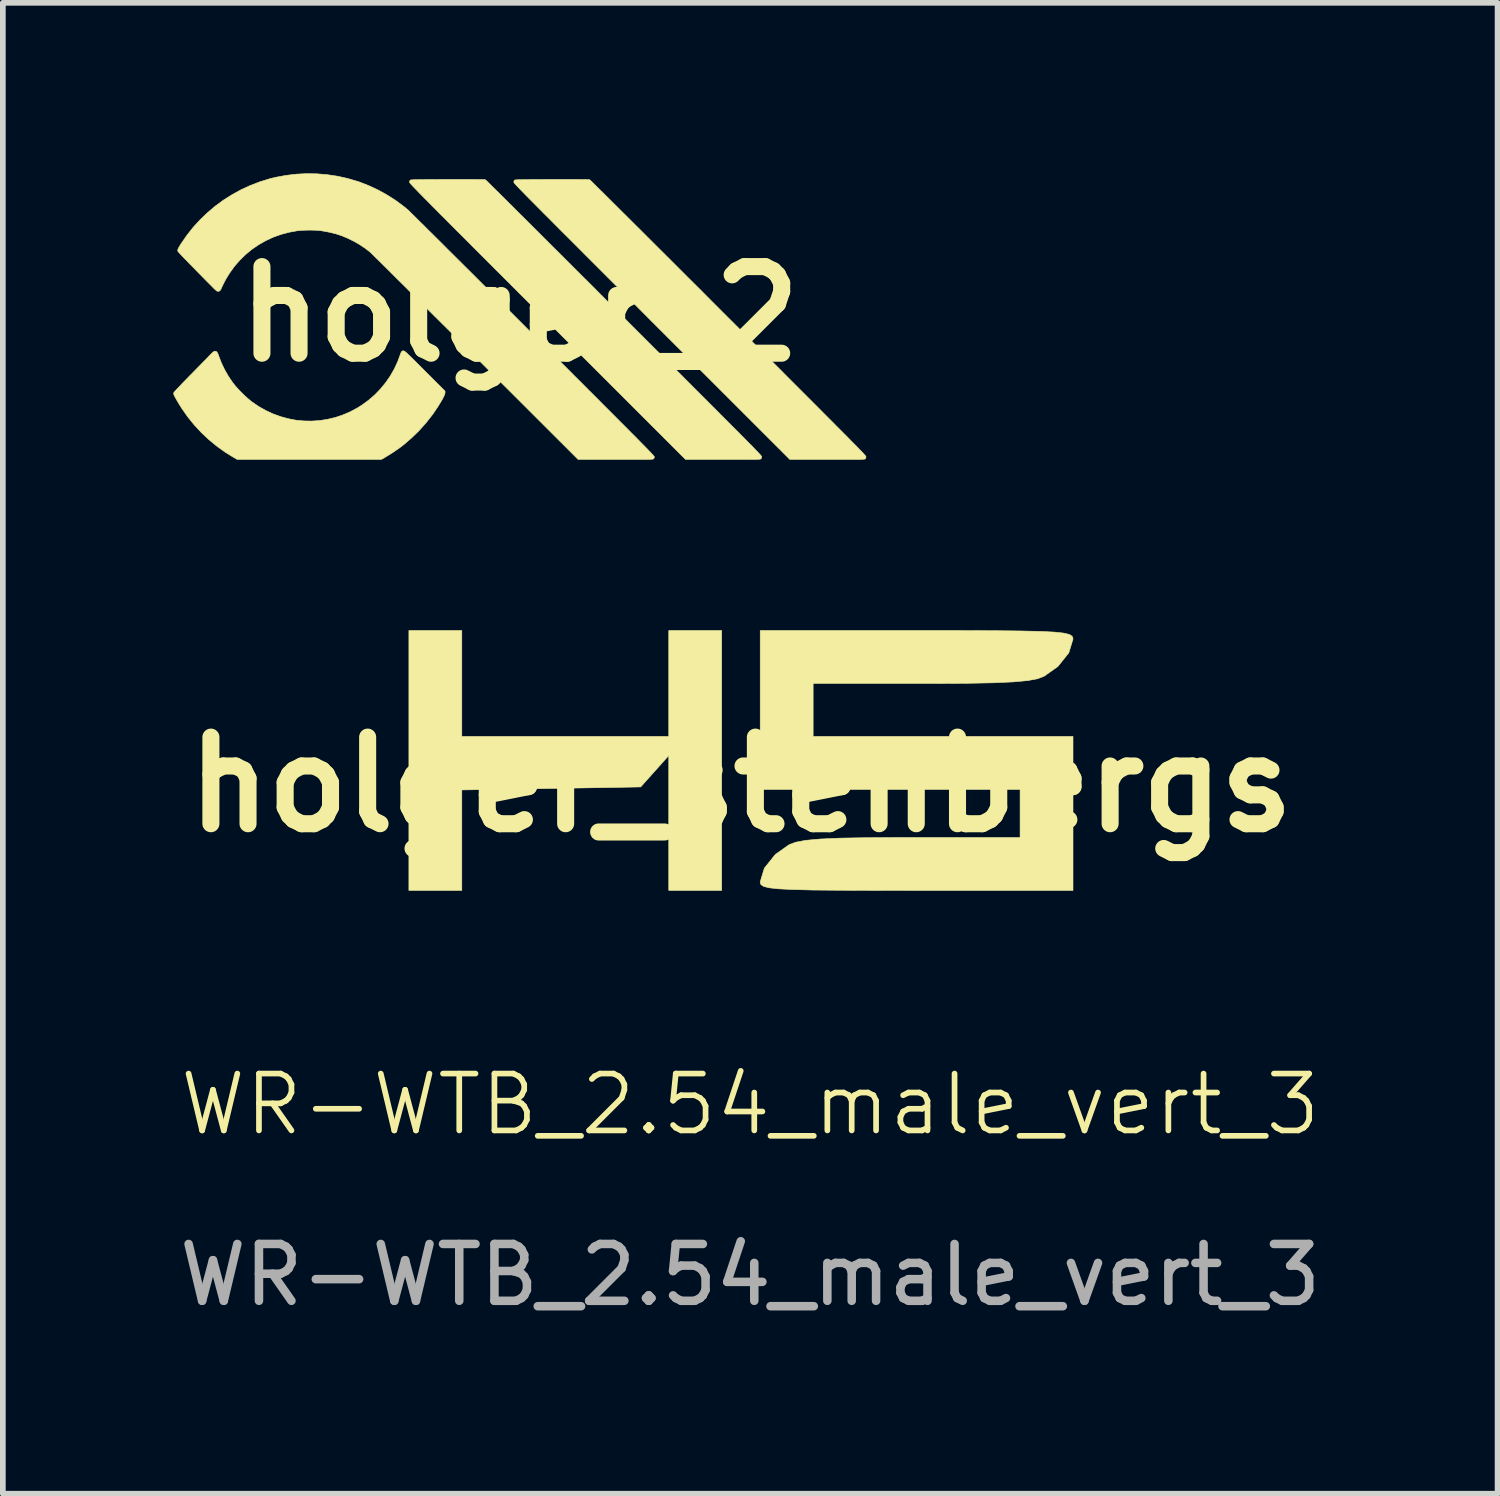
<source format=kicad_pcb>
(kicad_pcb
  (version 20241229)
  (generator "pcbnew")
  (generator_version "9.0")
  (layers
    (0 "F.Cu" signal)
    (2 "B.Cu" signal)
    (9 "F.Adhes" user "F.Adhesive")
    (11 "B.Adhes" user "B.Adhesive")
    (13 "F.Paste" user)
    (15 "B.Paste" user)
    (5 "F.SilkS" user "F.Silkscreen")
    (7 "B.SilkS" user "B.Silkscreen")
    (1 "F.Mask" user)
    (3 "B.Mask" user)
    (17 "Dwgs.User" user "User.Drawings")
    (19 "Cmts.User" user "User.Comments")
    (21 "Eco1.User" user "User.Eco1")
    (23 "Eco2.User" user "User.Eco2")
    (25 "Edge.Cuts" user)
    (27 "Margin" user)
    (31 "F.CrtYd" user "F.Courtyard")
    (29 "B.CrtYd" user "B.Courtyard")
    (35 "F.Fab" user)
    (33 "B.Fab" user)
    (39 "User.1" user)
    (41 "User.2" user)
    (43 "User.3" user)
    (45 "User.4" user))
  (footprint "holger_stenbergs"
    (layer "F.Cu")
    (at 9.986 10.753)
    (property "Reference" "holger_stenbergs" (at 0 0 0) (layer "F.SilkS") (effects (font (size 1.524 1.524) (thickness 0.3))))
    (attr through_hole)
    (fp_poly (pts (xy -4.911 -0.847) (xy -1.27 -0.847) (xy -1.27 -2.709) (xy -0.339 -2.709) (xy -0.339 1.863) (xy -1.27 1.863) (xy -1.27 -0.511) (xy -1.517 -0.234) (xy -1.764 0.042) (xy -3.337 0.069) (xy -4.911 0.095) (xy -4.911 1.863) (xy -5.842 1.863) (xy -5.842 -2.709) (xy -4.911 -2.709) (xy -4.911 -0.847)) (stroke (width 0.01) (type solid)) (fill yes) (layer "F.SilkS"))
    (fp_poly (pts (xy 3.846 -2.709) (xy 4.45 -2.707) (xy 4.919 -2.702) (xy 5.269 -2.694) (xy 5.518 -2.682) (xy 5.682 -2.664) (xy 5.78 -2.64) (xy 5.827 -2.609) (xy 5.842 -2.57) (xy 5.842 -2.559) (xy 5.768 -2.317) (xy 5.576 -2.077) (xy 5.333 -1.905) (xy 5.217 -1.861) (xy 5.044 -1.829) (xy 4.792 -1.806) (xy 4.44 -1.79) (xy 3.967 -1.781) (xy 3.35 -1.778) (xy 3.179 -1.778) (xy 1.27 -1.778) (xy 1.27 -0.847) (xy 5.842 -0.847) (xy 5.842 1.863) (xy 3.09 1.863) (xy 2.334 1.862) (xy 1.731 1.86) (xy 1.262 1.856) (xy 0.912 1.847) (xy 0.663 1.835) (xy 0.498 1.817) (xy 0.401 1.793) (xy 0.353 1.762) (xy 0.339 1.723) (xy 0.339 1.712) (xy 0.412 1.471) (xy 0.605 1.23) (xy 0.848 1.058) (xy 0.963 1.015) (xy 1.137 0.982) (xy 1.388 0.959) (xy 1.74 0.943) (xy 2.214 0.935) (xy 2.83 0.931) (xy 3.001 0.931) (xy 4.911 0.931) (xy 4.911 0.085) (xy 0.339 0.085) (xy 0.339 -2.709) (xy 3.09 -2.709) (xy 3.846 -2.709)) (stroke (width 0.01) (type solid)) (fill yes) (layer "F.SilkS")))
  (footprint "WR-WTB_2.54_male_vert_3"
    (layer "F.Cu")
    (at 10.149 16.881)
    (property "Reference" "WR-WTB_2.54_male_vert_3" (at 0 -0.5 0) (unlocked yes) (layer "F.SilkS") (effects (font (size 1 1) (thickness 0.1))))
    (attr through_hole)
    (fp_text user "${REFERENCE}" (at 0 2.5 0) (unlocked yes) (layer "F.Fab") (effects (font (size 1 1) (thickness 0.15)))))
  (footprint "holger_2"
    (layer "F.Cu")
    (at 6.094 2.475)
    (property "Reference" "holger_2" (at 0 0 0) (layer "F.SilkS") (effects (font (size 1.524 1.524) (thickness 0.3))))
    (attr through_hole)
    (fp_poly (pts (xy -2.041 0.648) (xy -2.036 0.65) (xy -2.03 0.653) (xy -2.022 0.658) (xy -2.011 0.666) (xy -1.997 0.678) (xy -1.98 0.694) (xy -1.959 0.714) (xy -1.932 0.74) (xy -1.9 0.771) (xy -1.862 0.809) (xy -1.817 0.853) (xy -1.765 0.905) (xy -1.705 0.966) (xy -1.669 1.002) (xy -1.314 1.356) (xy -1.314 1.384) (xy -1.317 1.402) (xy -1.325 1.426) (xy -1.34 1.458) (xy -1.36 1.497) (xy -1.388 1.545) (xy -1.423 1.602) (xy -1.427 1.61) (xy -1.53 1.763) (xy -1.643 1.908) (xy -1.766 2.046) (xy -1.898 2.175) (xy -2.038 2.296) (xy -2.082 2.33) (xy -2.122 2.36) (xy -2.17 2.393) (xy -2.221 2.428) (xy -2.272 2.461) (xy -2.322 2.492) (xy -2.365 2.518) (xy -2.379 2.527) (xy -2.437 2.559) (xy -4.969 2.559) (xy -5.026 2.527) (xy -5.181 2.431) (xy -5.329 2.325) (xy -5.47 2.209) (xy -5.603 2.084) (xy -5.727 1.95) (xy -5.842 1.808) (xy -5.946 1.659) (xy -5.974 1.615) (xy -6.001 1.571) (xy -6.026 1.529) (xy -6.048 1.49) (xy -6.066 1.458) (xy -6.079 1.432) (xy -6.084 1.42) (xy -6.089 1.403) (xy -6.087 1.389) (xy -6.083 1.378) (xy -6.077 1.371) (xy -6.063 1.355) (xy -6.041 1.331) (xy -6.013 1.301) (xy -5.979 1.266) (xy -5.941 1.225) (xy -5.898 1.181) (xy -5.851 1.133) (xy -5.803 1.083) (xy -5.797 1.078) (xy -5.746 1.026) (xy -5.696 0.975) (xy -5.647 0.925) (xy -5.601 0.878) (xy -5.559 0.835) (xy -5.522 0.798) (xy -5.491 0.766) (xy -5.467 0.741) (xy -5.452 0.725) (xy -5.425 0.698) (xy -5.405 0.678) (xy -5.39 0.666) (xy -5.379 0.658) (xy -5.369 0.655) (xy -5.362 0.654) (xy -5.345 0.656) (xy -5.331 0.665) (xy -5.319 0.681) (xy -5.307 0.706) (xy -5.296 0.737) (xy -5.249 0.859) (xy -5.192 0.979) (xy -5.126 1.094) (xy -5.052 1.203) (xy -4.999 1.27) (xy -4.964 1.309) (xy -4.923 1.353) (xy -4.878 1.398) (xy -4.832 1.443) (xy -4.786 1.484) (xy -4.744 1.52) (xy -4.715 1.543) (xy -4.594 1.626) (xy -4.468 1.697) (xy -4.339 1.757) (xy -4.206 1.805) (xy -4.071 1.842) (xy -3.934 1.868) (xy -3.796 1.881) (xy -3.657 1.883) (xy -3.519 1.874) (xy -3.381 1.852) (xy -3.245 1.82) (xy -3.111 1.775) (xy -2.981 1.719) (xy -2.854 1.651) (xy -2.774 1.6) (xy -2.657 1.515) (xy -2.548 1.42) (xy -2.448 1.316) (xy -2.357 1.205) (xy -2.275 1.086) (xy -2.204 0.961) (xy -2.144 0.83) (xy -2.102 0.714) (xy -2.091 0.684) (xy -2.081 0.665) (xy -2.07 0.653) (xy -2.056 0.648) (xy -2.045 0.648) (xy -2.041 0.648)) (stroke (width 0.01) (type solid)) (fill yes) (layer "F.SilkS"))
    (fp_poly (pts (xy -0.942 -2.367) (xy -0.858 -2.367) (xy -0.787 -2.367) (xy -0.727 -2.366) (xy -0.679 -2.366) (xy -0.643 -2.365) (xy -0.618 -2.364) (xy -0.605 -2.363) (xy -0.603 -2.362) (xy -0.598 -2.357) (xy -0.583 -2.344) (xy -0.561 -2.322) (xy -0.53 -2.291) (xy -0.491 -2.253) (xy -0.445 -2.207) (xy -0.391 -2.154) (xy -0.33 -2.094) (xy -0.262 -2.026) (xy -0.188 -1.952) (xy -0.107 -1.872) (xy -0.02 -1.785) (xy 0.073 -1.693) (xy 0.171 -1.595) (xy 0.275 -1.492) (xy 0.384 -1.383) (xy 0.497 -1.27) (xy 0.615 -1.152) (xy 0.738 -1.03) (xy 0.864 -0.904) (xy 0.994 -0.774) (xy 1.128 -0.64) (xy 1.265 -0.504) (xy 1.404 -0.364) (xy 1.547 -0.221) (xy 1.692 -0.076) (xy 1.835 0.067) (xy 2.011 0.243) (xy 2.179 0.411) (xy 2.338 0.57) (xy 2.489 0.721) (xy 2.632 0.863) (xy 2.767 0.998) (xy 2.894 1.126) (xy 3.014 1.246) (xy 3.126 1.358) (xy 3.232 1.464) (xy 3.331 1.563) (xy 3.423 1.655) (xy 3.509 1.742) (xy 3.589 1.822) (xy 3.663 1.896) (xy 3.731 1.965) (xy 3.794 2.028) (xy 3.852 2.086) (xy 3.905 2.139) (xy 3.953 2.188) (xy 3.996 2.232) (xy 4.035 2.272) (xy 4.071 2.307) (xy 4.102 2.339) (xy 4.129 2.368) (xy 4.153 2.393) (xy 4.174 2.414) (xy 4.192 2.433) (xy 4.208 2.449) (xy 4.22 2.463) (xy 4.231 2.474) (xy 4.239 2.484) (xy 4.245 2.491) (xy 4.25 2.498) (xy 4.253 2.502) (xy 4.255 2.506) (xy 4.257 2.508) (xy 4.257 2.51) (xy 4.257 2.511) (xy 4.253 2.531) (xy 4.245 2.546) (xy 4.243 2.548) (xy 4.241 2.55) (xy 4.237 2.552) (xy 4.231 2.553) (xy 4.222 2.554) (xy 4.21 2.555) (xy 4.194 2.556) (xy 4.172 2.557) (xy 4.145 2.558) (xy 4.112 2.558) (xy 4.071 2.558) (xy 4.023 2.559) (xy 3.965 2.559) (xy 3.899 2.559) (xy 3.822 2.559) (xy 3.735 2.559) (xy 3.636 2.559) (xy 3.576 2.559) (xy 2.918 2.559) (xy 0.489 0.131) (xy 0.313 -0.046) (xy 0.145 -0.214) (xy -0.014 -0.373) (xy -0.165 -0.524) (xy -0.308 -0.667) (xy -0.443 -0.802) (xy -0.571 -0.93) (xy -0.691 -1.05) (xy -0.804 -1.163) (xy -0.909 -1.269) (xy -1.008 -1.368) (xy -1.101 -1.46) (xy -1.187 -1.547) (xy -1.267 -1.627) (xy -1.341 -1.702) (xy -1.41 -1.77) (xy -1.473 -1.834) (xy -1.531 -1.892) (xy -1.584 -1.946) (xy -1.632 -1.994) (xy -1.676 -2.038) (xy -1.715 -2.078) (xy -1.75 -2.114) (xy -1.782 -2.146) (xy -1.809 -2.175) (xy -1.834 -2.2) (xy -1.855 -2.222) (xy -1.873 -2.241) (xy -1.888 -2.257) (xy -1.901 -2.271) (xy -1.912 -2.283) (xy -1.92 -2.292) (xy -1.927 -2.3) (xy -1.932 -2.306) (xy -1.935 -2.311) (xy -1.937 -2.315) (xy -1.939 -2.318) (xy -1.939 -2.32) (xy -1.939 -2.321) (xy -1.936 -2.34) (xy -1.928 -2.354) (xy -1.926 -2.356) (xy -1.922 -2.358) (xy -1.916 -2.359) (xy -1.907 -2.36) (xy -1.894 -2.361) (xy -1.877 -2.362) (xy -1.855 -2.363) (xy -1.827 -2.364) (xy -1.792 -2.364) (xy -1.75 -2.365) (xy -1.7 -2.365) (xy -1.641 -2.366) (xy -1.572 -2.366) (xy -1.493 -2.366) (xy -1.403 -2.367) (xy -1.302 -2.367) (xy -1.268 -2.367) (xy -1.147 -2.367) (xy -1.038 -2.367) (xy -0.942 -2.367)) (stroke (width 0.01) (type solid)) (fill yes) (layer "F.SilkS"))
    (fp_poly (pts (xy 0.893 -2.367) (xy 0.977 -2.367) (xy 1.049 -2.367) (xy 1.108 -2.366) (xy 1.156 -2.366) (xy 1.192 -2.365) (xy 1.217 -2.364) (xy 1.23 -2.363) (xy 1.232 -2.362) (xy 1.238 -2.357) (xy 1.252 -2.344) (xy 1.274 -2.322) (xy 1.305 -2.291) (xy 1.344 -2.253) (xy 1.39 -2.207) (xy 1.444 -2.154) (xy 1.505 -2.094) (xy 1.573 -2.026) (xy 1.647 -1.952) (xy 1.728 -1.872) (xy 1.815 -1.785) (xy 1.908 -1.693) (xy 2.006 -1.595) (xy 2.11 -1.492) (xy 2.219 -1.383) (xy 2.332 -1.27) (xy 2.45 -1.152) (xy 2.573 -1.03) (xy 2.699 -0.904) (xy 2.829 -0.774) (xy 2.963 -0.64) (xy 3.1 -0.504) (xy 3.24 -0.364) (xy 3.382 -0.221) (xy 3.527 -0.076) (xy 3.67 0.067) (xy 3.847 0.243) (xy 4.014 0.411) (xy 4.173 0.57) (xy 4.324 0.721) (xy 4.467 0.863) (xy 4.602 0.998) (xy 4.729 1.126) (xy 4.849 1.246) (xy 4.961 1.358) (xy 5.067 1.464) (xy 5.166 1.563) (xy 5.258 1.655) (xy 5.344 1.742) (xy 5.424 1.822) (xy 5.498 1.896) (xy 5.566 1.965) (xy 5.629 2.028) (xy 5.687 2.086) (xy 5.74 2.139) (xy 5.788 2.188) (xy 5.831 2.232) (xy 5.871 2.272) (xy 5.906 2.307) (xy 5.937 2.339) (xy 5.964 2.368) (xy 5.989 2.393) (xy 6.01 2.414) (xy 6.028 2.433) (xy 6.043 2.449) (xy 6.055 2.463) (xy 6.066 2.474) (xy 6.074 2.484) (xy 6.08 2.491) (xy 6.085 2.498) (xy 6.088 2.502) (xy 6.091 2.506) (xy 6.092 2.508) (xy 6.092 2.51) (xy 6.092 2.511) (xy 6.089 2.531) (xy 6.08 2.546) (xy 6.078 2.548) (xy 6.076 2.55) (xy 6.072 2.552) (xy 6.066 2.553) (xy 6.057 2.554) (xy 6.045 2.555) (xy 6.029 2.556) (xy 6.007 2.557) (xy 5.98 2.558) (xy 5.947 2.558) (xy 5.906 2.558) (xy 5.858 2.559) (xy 5.801 2.559) (xy 5.734 2.559) (xy 5.657 2.559) (xy 5.57 2.559) (xy 5.471 2.559) (xy 5.411 2.559) (xy 4.753 2.559) (xy 2.324 0.131) (xy 2.148 -0.046) (xy 1.98 -0.214) (xy 1.821 -0.373) (xy 1.67 -0.524) (xy 1.527 -0.667) (xy 1.392 -0.802) (xy 1.264 -0.93) (xy 1.144 -1.05) (xy 1.032 -1.163) (xy 0.926 -1.269) (xy 0.827 -1.368) (xy 0.734 -1.46) (xy 0.648 -1.547) (xy 0.568 -1.627) (xy 0.494 -1.702) (xy 0.425 -1.77) (xy 0.362 -1.834) (xy 0.304 -1.892) (xy 0.251 -1.946) (xy 0.203 -1.994) (xy 0.159 -2.038) (xy 0.12 -2.078) (xy 0.085 -2.114) (xy 0.054 -2.146) (xy 0.026 -2.175) (xy 0.001 -2.2) (xy -0.02 -2.222) (xy -0.038 -2.241) (xy -0.053 -2.257) (xy -0.066 -2.271) (xy -0.076 -2.283) (xy -0.085 -2.292) (xy -0.091 -2.3) (xy -0.096 -2.306) (xy -0.1 -2.311) (xy -0.102 -2.315) (xy -0.104 -2.318) (xy -0.104 -2.32) (xy -0.104 -2.321) (xy -0.101 -2.34) (xy -0.093 -2.354) (xy -0.091 -2.356) (xy -0.087 -2.358) (xy -0.081 -2.359) (xy -0.072 -2.36) (xy -0.059 -2.361) (xy -0.042 -2.362) (xy -0.02 -2.363) (xy 0.009 -2.364) (xy 0.043 -2.364) (xy 0.085 -2.365) (xy 0.136 -2.365) (xy 0.195 -2.366) (xy 0.263 -2.366) (xy 0.342 -2.366) (xy 0.432 -2.367) (xy 0.533 -2.367) (xy 0.567 -2.367) (xy 0.688 -2.367) (xy 0.797 -2.367) (xy 0.893 -2.367)) (stroke (width 0.01) (type solid)) (fill yes) (layer "F.SilkS"))
    (fp_poly (pts (xy -3.568 -2.467) (xy -3.387 -2.452) (xy -3.207 -2.425) (xy -3.031 -2.386) (xy -2.858 -2.335) (xy -2.826 -2.325) (xy -2.659 -2.26) (xy -2.495 -2.184) (xy -2.336 -2.096) (xy -2.183 -1.999) (xy -2.038 -1.891) (xy -1.975 -1.839) (xy -1.966 -1.832) (xy -1.949 -1.815) (xy -1.924 -1.79) (xy -1.89 -1.757) (xy -1.849 -1.717) (xy -1.8 -1.668) (xy -1.744 -1.612) (xy -1.68 -1.55) (xy -1.611 -1.48) (xy -1.534 -1.405) (xy -1.452 -1.323) (xy -1.363 -1.235) (xy -1.27 -1.141) (xy -1.171 -1.043) (xy -1.066 -0.939) (xy -0.958 -0.831) (xy -0.844 -0.718) (xy -0.727 -0.601) (xy -0.606 -0.48) (xy -0.481 -0.356) (xy -0.353 -0.228) (xy -0.222 -0.097) (xy -0.089 0.036) (xy 0.047 0.172) (xy 0.185 0.31) (xy 0.227 0.352) (xy 0.393 0.518) (xy 0.55 0.675) (xy 0.699 0.824) (xy 0.84 0.964) (xy 0.972 1.097) (xy 1.097 1.221) (xy 1.214 1.339) (xy 1.324 1.448) (xy 1.426 1.551) (xy 1.522 1.647) (xy 1.611 1.736) (xy 1.694 1.819) (xy 1.77 1.896) (xy 1.841 1.967) (xy 1.906 2.032) (xy 1.965 2.092) (xy 2.02 2.146) (xy 2.069 2.196) (xy 2.113 2.241) (xy 2.153 2.282) (xy 2.189 2.318) (xy 2.22 2.35) (xy 2.248 2.379) (xy 2.272 2.404) (xy 2.293 2.425) (xy 2.311 2.444) (xy 2.326 2.46) (xy 2.338 2.473) (xy 2.348 2.484) (xy 2.355 2.493) (xy 2.361 2.5) (xy 2.365 2.505) (xy 2.367 2.509) (xy 2.368 2.512) (xy 2.369 2.513) (xy 2.364 2.534) (xy 2.356 2.546) (xy 2.354 2.548) (xy 2.351 2.55) (xy 2.346 2.552) (xy 2.34 2.553) (xy 2.331 2.554) (xy 2.318 2.555) (xy 2.301 2.556) (xy 2.278 2.557) (xy 2.25 2.558) (xy 2.216 2.558) (xy 2.174 2.558) (xy 2.124 2.559) (xy 2.065 2.559) (xy 1.997 2.559) (xy 1.919 2.559) (xy 1.83 2.559) (xy 1.729 2.559) (xy 1.686 2.559) (xy 1.028 2.559) (xy -0.777 0.756) (xy -0.904 0.629) (xy -1.029 0.504) (xy -1.152 0.381) (xy -1.272 0.261) (xy -1.39 0.144) (xy -1.504 0.031) (xy -1.614 -0.079) (xy -1.72 -0.185) (xy -1.823 -0.287) (xy -1.92 -0.384) (xy -2.013 -0.477) (xy -2.101 -0.564) (xy -2.183 -0.645) (xy -2.259 -0.721) (xy -2.329 -0.791) (xy -2.393 -0.854) (xy -2.45 -0.911) (xy -2.5 -0.96) (xy -2.543 -1.002) (xy -2.578 -1.037) (xy -2.605 -1.063) (xy -2.624 -1.082) (xy -2.634 -1.091) (xy -2.635 -1.092) (xy -2.72 -1.158) (xy -2.815 -1.221) (xy -2.916 -1.279) (xy -3.021 -1.331) (xy -3.126 -1.375) (xy -3.227 -1.409) (xy -3.282 -1.423) (xy -3.344 -1.438) (xy -3.41 -1.451) (xy -3.473 -1.462) (xy -3.512 -1.468) (xy -3.551 -1.472) (xy -3.6 -1.474) (xy -3.655 -1.476) (xy -3.714 -1.476) (xy -3.772 -1.475) (xy -3.828 -1.473) (xy -3.877 -1.469) (xy -3.915 -1.465) (xy -4.061 -1.438) (xy -4.203 -1.4) (xy -4.34 -1.351) (xy -4.47 -1.29) (xy -4.595 -1.219) (xy -4.713 -1.138) (xy -4.823 -1.047) (xy -4.926 -0.947) (xy -5.021 -0.837) (xy -5.106 -0.718) (xy -5.109 -0.714) (xy -5.135 -0.672) (xy -5.163 -0.625) (xy -5.19 -0.577) (xy -5.214 -0.53) (xy -5.234 -0.488) (xy -5.246 -0.462) (xy -5.259 -0.432) (xy -5.272 -0.414) (xy -5.286 -0.403) (xy -5.304 -0.4) (xy -5.307 -0.4) (xy -5.315 -0.401) (xy -5.324 -0.403) (xy -5.334 -0.409) (xy -5.346 -0.419) (xy -5.363 -0.434) (xy -5.385 -0.455) (xy -5.414 -0.485) (xy -5.423 -0.494) (xy -5.52 -0.591) (xy -5.607 -0.68) (xy -5.686 -0.76) (xy -5.756 -0.832) (xy -5.818 -0.895) (xy -5.87 -0.949) (xy -5.915 -0.995) (xy -5.951 -1.033) (xy -5.979 -1.063) (xy -5.999 -1.085) (xy -6.011 -1.098) (xy -6.014 -1.104) (xy -6.017 -1.116) (xy -6.016 -1.13) (xy -6.01 -1.148) (xy -5.998 -1.171) (xy -5.98 -1.202) (xy -5.959 -1.236) (xy -5.856 -1.385) (xy -5.744 -1.527) (xy -5.622 -1.66) (xy -5.492 -1.784) (xy -5.355 -1.9) (xy -5.21 -2.006) (xy -5.058 -2.102) (xy -4.901 -2.188) (xy -4.738 -2.263) (xy -4.571 -2.327) (xy -4.399 -2.38) (xy -4.293 -2.406) (xy -4.113 -2.439) (xy -3.932 -2.461) (xy -3.75 -2.47) (xy -3.568 -2.467)) (stroke (width 0.01) (type solid)) (fill yes) (layer "F.SilkS")))
  (gr_rect
    (start -3 -3)
    (end 23.298 23.23)
    (stroke (width 0.1) (type default))
    (fill no)
    (layer "Edge.Cuts")))
</source>
